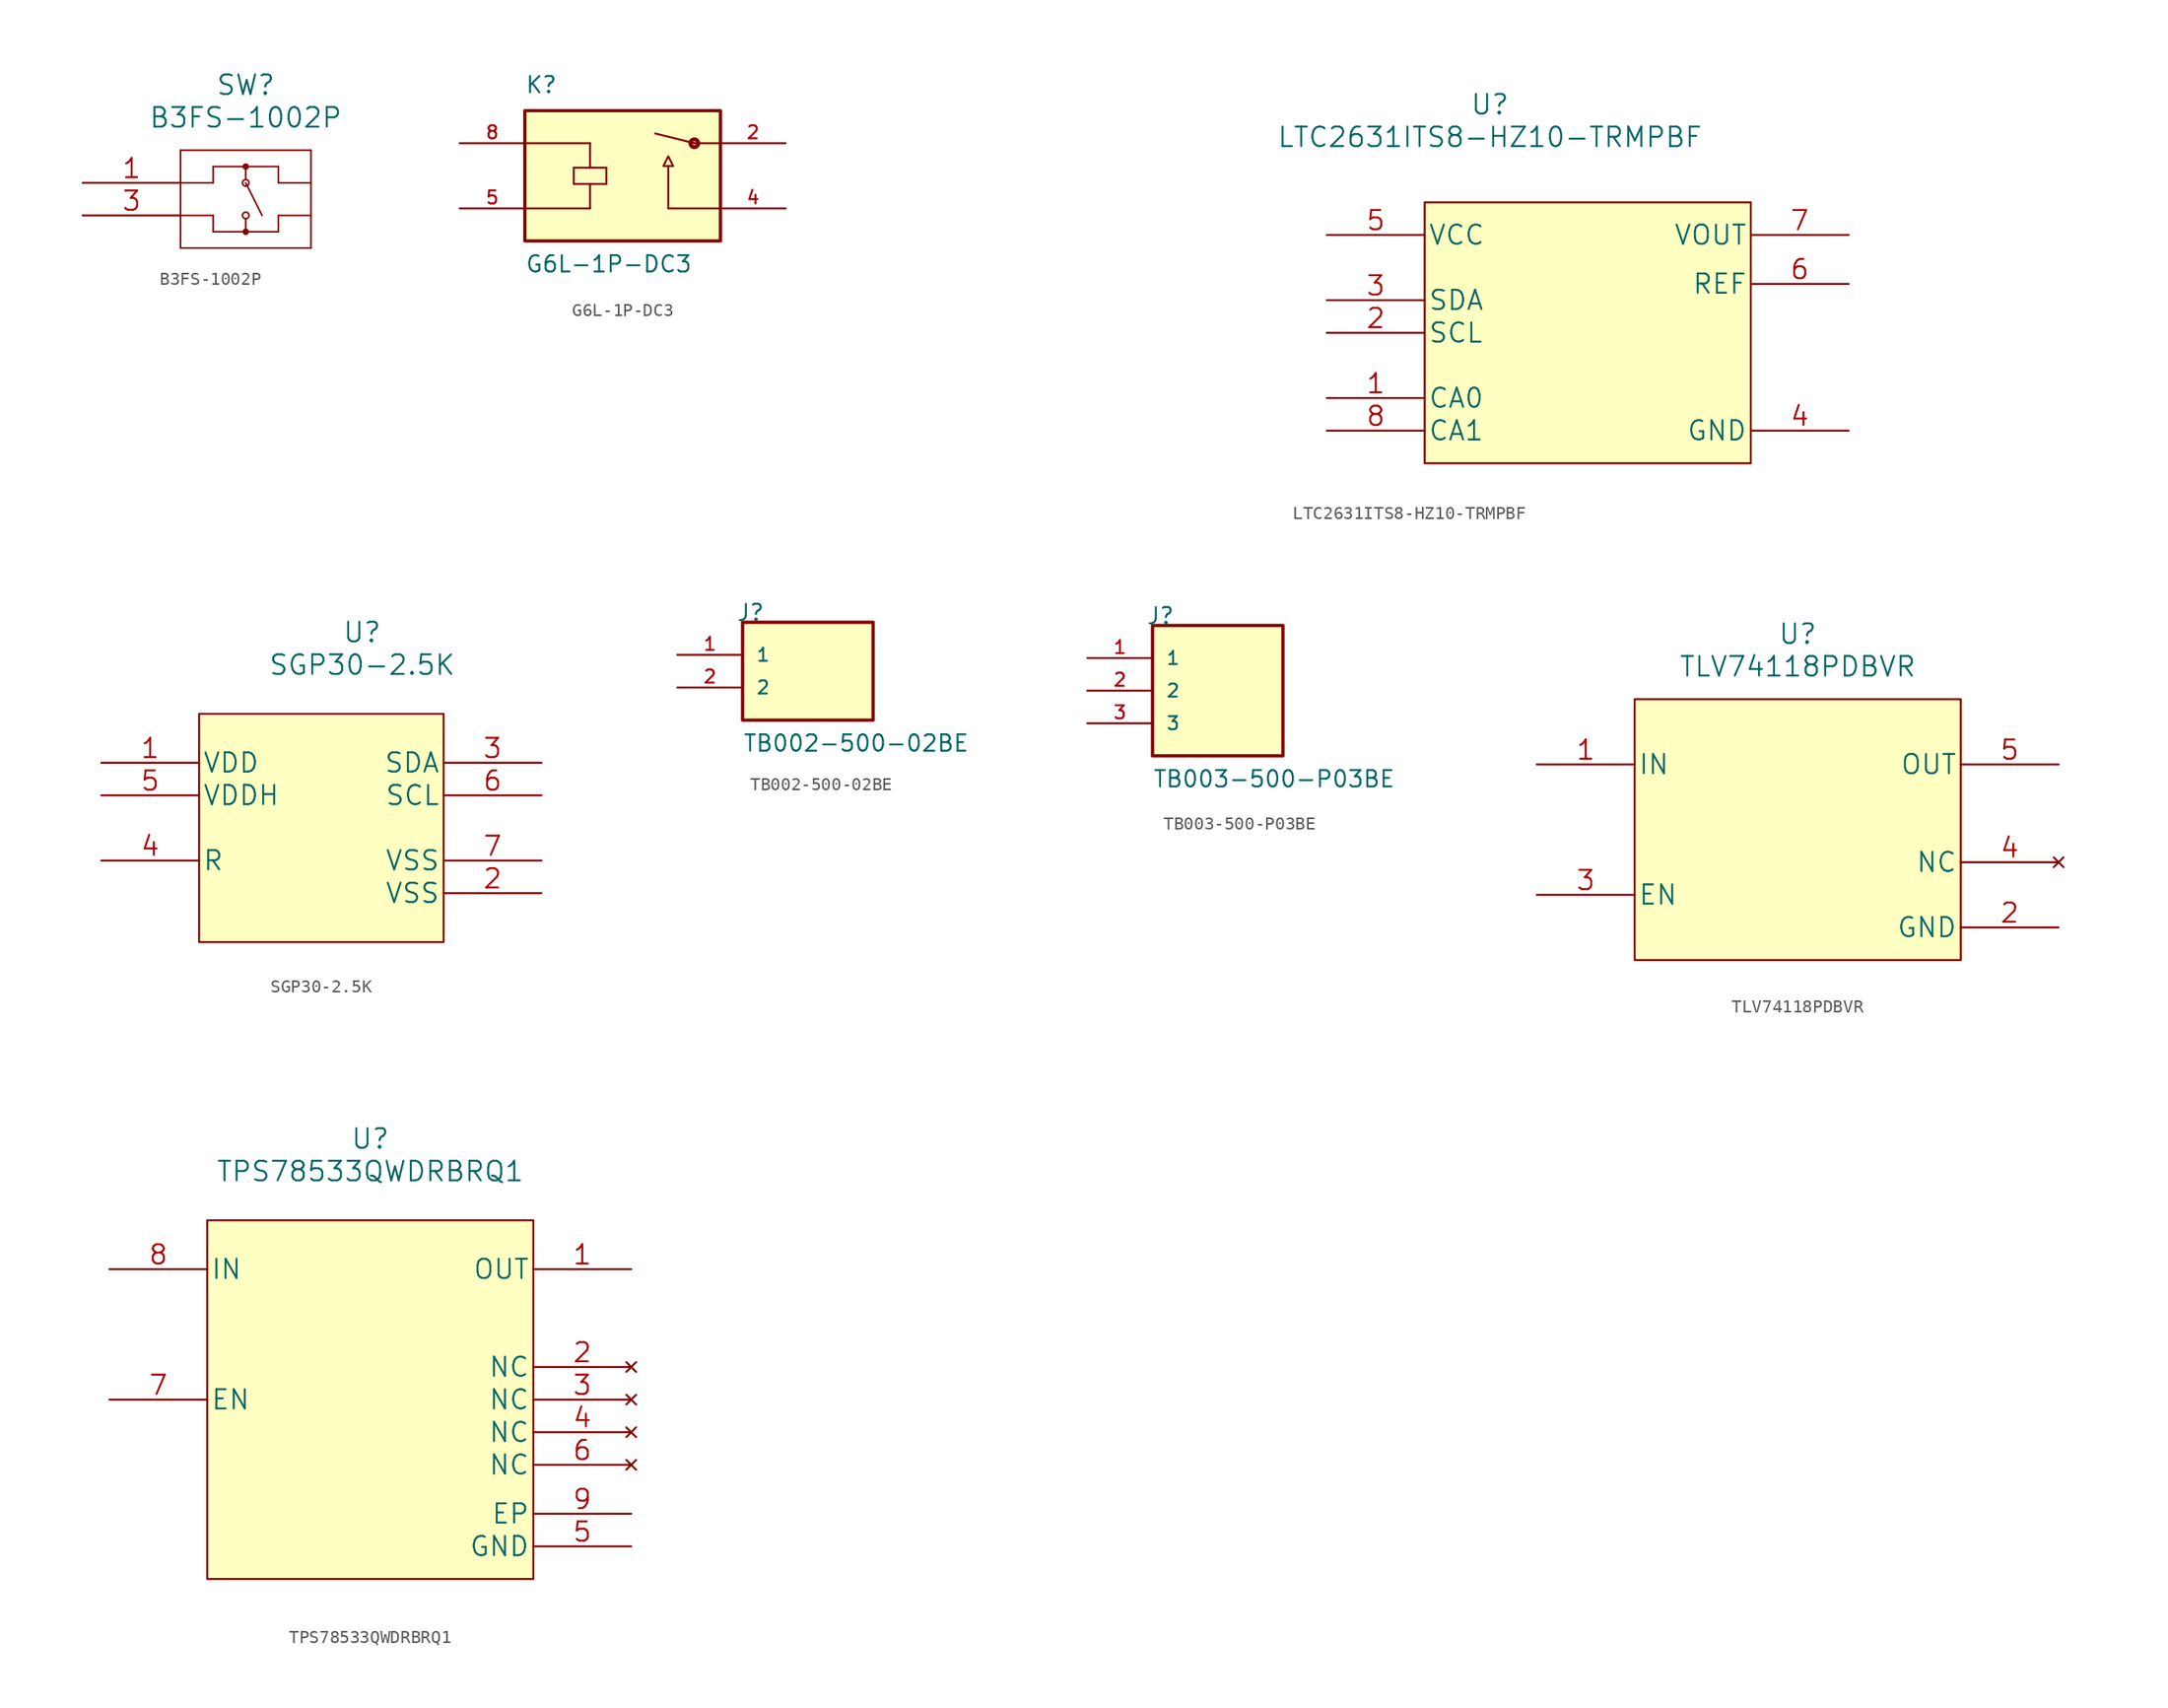
<source format=kicad_sym>
(kicad_symbol_lib
  (version 20211014)
  (generator kicad_symbol_editor)
  (symbol "B3FS-1002P"
    (pin_names
      (offset 0.254) hide)
    (property "Reference" "SW"
      (at 12.7 7.62 0)
      (effects (font (size 1.524 1.524))))
    (property "Value" "B3FS-1002P"
      (at 12.7 5.08 0)
      (effects (font (size 1.524 1.524))))
    (property "Datasheet" ""
      (at 0 0 0)
      (effects (font (size 1.524 1.524))))
    (symbol "B3FS-1002P_1_1"
      (polyline (pts (xy 7.62 -5.08) (xy 17.78 -5.08)) (stroke (width 0.127) (type default) (color 0 0 0 0)) (fill (type none)))
      (polyline (pts (xy 7.62 0) (xy 10.16 0)) (stroke (width 0.127) (type default) (color 0 0 0 0)) (fill (type none)))
      (polyline (pts (xy 7.62 2.54) (xy 7.62 -5.08)) (stroke (width 0.127) (type default) (color 0 0 0 0)) (fill (type none)))
      (polyline (pts (xy 10.16 -3.81) (xy 10.16 -2.54)) (stroke (width 0.127) (type default) (color 0 0 0 0)) (fill (type none)))
      (polyline (pts (xy 10.16 -2.54) (xy 7.62 -2.54)) (stroke (width 0.127) (type default) (color 0 0 0 0)) (fill (type none)))
      (polyline (pts (xy 10.16 0) (xy 10.16 1.27)) (stroke (width 0.127) (type default) (color 0 0 0 0)) (fill (type none)))
      (polyline (pts (xy 10.16 1.27) (xy 15.24 1.27)) (stroke (width 0.127) (type default) (color 0 0 0 0)) (fill (type none)))
      (polyline (pts (xy 12.7 -2.794) (xy 12.7 -3.81)) (stroke (width 0.127) (type default) (color 0 0 0 0)) (fill (type none)))
      (polyline (pts (xy 12.7 1.27) (xy 12.7 0.254)) (stroke (width 0.127) (type default) (color 0 0 0 0)) (fill (type none)))
      (polyline (pts (xy 13.97 -2.54) (xy 12.7 0)) (stroke (width 0.127) (type default) (color 0 0 0 0)) (fill (type none)))
      (polyline (pts (xy 15.24 -3.81) (xy 10.16 -3.81)) (stroke (width 0.127) (type default) (color 0 0 0 0)) (fill (type none)))
      (polyline (pts (xy 15.24 -2.54) (xy 15.24 -3.81)) (stroke (width 0.127) (type default) (color 0 0 0 0)) (fill (type none)))
      (polyline (pts (xy 15.24 0) (xy 17.78 0)) (stroke (width 0.127) (type default) (color 0 0 0 0)) (fill (type none)))
      (polyline (pts (xy 15.24 1.27) (xy 15.24 0)) (stroke (width 0.127) (type default) (color 0 0 0 0)) (fill (type none)))
      (polyline (pts (xy 17.78 -5.08) (xy 17.78 2.54)) (stroke (width 0.127) (type default) (color 0 0 0 0)) (fill (type none)))
      (polyline (pts (xy 17.78 -2.54) (xy 15.24 -2.54)) (stroke (width 0.127) (type default) (color 0 0 0 0)) (fill (type none)))
      (polyline (pts (xy 17.78 2.54) (xy 7.62 2.54)) (stroke (width 0.127) (type default) (color 0 0 0 0)) (fill (type none)))
      (arc (start 12.7 -3.937) (mid 12.7 -3.683) (end 12.7 -3.937) (stroke (width 0.254) (type default) (color 0 0 0 0)) (fill (type none)))
      (circle (center 12.7 -3.81) (radius 0.127) (stroke (width 0.254) (type default) (color 0 0 0 0)) (fill (type none)))
      (arc (start 12.7 -2.794) (mid 12.7 -2.286) (end 12.7 -2.794) (stroke (width 0.127) (type default) (color 0 0 0 0)) (fill (type none)))
      (circle (center 12.7 -2.54) (radius 0.254) (stroke (width 0.127) (type default) (color 0 0 0 0)) (fill (type none)))
      (arc (start 12.7 -0.254) (mid 12.7 0.254) (end 12.7 -0.254) (stroke (width 0.127) (type default) (color 0 0 0 0)) (fill (type none)))
      (circle (center 12.7 0) (radius 0.254) (stroke (width 0.127) (type default) (color 0 0 0 0)) (fill (type none)))
      (arc (start 12.7 1.143) (mid 12.7 1.397) (end 12.7 1.143) (stroke (width 0.254) (type default) (color 0 0 0 0)) (fill (type none)))
      (circle (center 12.7 1.27) (radius 0.127) (stroke (width 0.254) (type default) (color 0 0 0 0)) (fill (type none)))
      (pin passive line (at 0 0 0) (length 7.62) (name "1" (effects (font (size 1.499 1.499)))) (number "1" (effects (font (size 1.499 1.499)))))
      (pin passive line (at 0 0 0) (length 7.62) hide (name "2" (effects (font (size 1.499 1.499)))) (number "2" (effects (font (size 1.499 1.499)))))
      (pin passive line (at 0 -2.54 0) (length 7.62) (name "3" (effects (font (size 1.499 1.499)))) (number "3" (effects (font (size 1.499 1.499)))))
      (pin passive line (at 0 -2.54 0) (length 7.62) hide (name "4" (effects (font (size 1.499 1.499)))) (number "4" (effects (font (size 1.499 1.499)))))))
  (symbol "G6L-1P-DC3"
    (pin_names
      (offset 1.016) hide)
    (property "Reference" "K"
      (at -7.62 6.35 0)
      (effects (font (size 1.27 1.27)) (justify left bottom)))
    (property "Value" "G6L-1P-DC3"
      (at -7.62 -7.62 0)
      (effects (font (size 1.27 1.27)) (justify left bottom)))
    (symbol "G6L-1P-DC3_0_0"
      (rectangle (start -7.62 -5.08) (end 7.62 5.08) (stroke (width 0.254) (type default) (color 0 0 0 0)) (fill (type background)))
      (polyline (pts (xy -7.62 -2.54) (xy -2.54 -2.54)) (stroke (width 0.152) (type default) (color 0 0 0 0)) (fill (type none)))
      (polyline (pts (xy -7.62 2.54) (xy -2.54 2.54)) (stroke (width 0.152) (type default) (color 0 0 0 0)) (fill (type none)))
      (polyline (pts (xy -3.81 -0.635) (xy -3.81 0.635)) (stroke (width 0.152) (type default) (color 0 0 0 0)) (fill (type none)))
      (polyline (pts (xy -3.81 0.635) (xy -2.54 0.635)) (stroke (width 0.152) (type default) (color 0 0 0 0)) (fill (type none)))
      (polyline (pts (xy -2.54 -0.635) (xy -3.81 -0.635)) (stroke (width 0.152) (type default) (color 0 0 0 0)) (fill (type none)))
      (polyline (pts (xy -2.54 -0.635) (xy -2.54 -2.54)) (stroke (width 0.152) (type default) (color 0 0 0 0)) (fill (type none)))
      (polyline (pts (xy -2.54 0.635) (xy -1.27 0.635)) (stroke (width 0.152) (type default) (color 0 0 0 0)) (fill (type none)))
      (polyline (pts (xy -2.54 2.54) (xy -2.54 0.635)) (stroke (width 0.152) (type default) (color 0 0 0 0)) (fill (type none)))
      (polyline (pts (xy -1.27 -0.635) (xy -2.54 -0.635)) (stroke (width 0.152) (type default) (color 0 0 0 0)) (fill (type none)))
      (polyline (pts (xy -1.27 0.635) (xy -1.27 -0.635)) (stroke (width 0.152) (type default) (color 0 0 0 0)) (fill (type none)))
      (polyline (pts (xy 3.556 -2.54) (xy 3.556 0.762)) (stroke (width 0.152) (type default) (color 0 0 0 0)) (fill (type none)))
      (polyline (pts (xy 5.588 2.54) (xy 2.54 3.302)) (stroke (width 0.152) (type default) (color 0 0 0 0)) (fill (type none)))
      (polyline (pts (xy 7.62 -2.54) (xy 3.556 -2.54)) (stroke (width 0.152) (type default) (color 0 0 0 0)) (fill (type none)))
      (polyline (pts (xy 7.62 2.54) (xy 5.588 2.54)) (stroke (width 0.152) (type default) (color 0 0 0 0)) (fill (type none)))
      (polyline (pts (xy 3.175 0.762) (xy 3.937 0.762) (xy 3.556 1.524) (xy 3.175 0.762)) (stroke (width 0.152) (type default) (color 0 0 0 0)) (fill (type background)))
      (circle (center 5.588 2.54) (radius 0.152) (stroke (width 0.305) (type default) (color 0 0 0 0)) (fill (type none)))
      (pin passive line (at 12.7 2.54 180) (length 5.08) (name "~" (effects (font (size 1.016 1.016)))) (number "2" (effects (font (size 1.016 1.016)))))
      (pin passive line (at 12.7 -2.54 180) (length 5.08) (name "~" (effects (font (size 1.016 1.016)))) (number "4" (effects (font (size 1.016 1.016)))))
      (pin passive line (at -12.7 -2.54 0) (length 5.08) (name "~" (effects (font (size 1.016 1.016)))) (number "5" (effects (font (size 1.016 1.016)))))
      (pin passive line (at -12.7 2.54 0) (length 5.08) (name "~" (effects (font (size 1.016 1.016)))) (number "8" (effects (font (size 1.016 1.016)))))))
  (symbol "LTC2631ITS8-HZ10-TRMPBF"
    (pin_names
      (offset 0.254))
    (property "Reference" "U"
      (at 27.94 10.16 0)
      (effects (font (size 1.524 1.524))))
    (property "Value" "LTC2631ITS8-HZ10-TRMPBF"
      (at 27.94 7.62 0)
      (effects (font (size 1.524 1.524))))
    (property "Datasheet" ""
      (at -12.7 0 0)
      (effects (font (size 1.524 1.524))))
    (symbol "LTC2631ITS8-HZ10-TRMPBF_1_1"
      (rectangle (start 48.26 2.54) (end 22.86 -17.78) (stroke (width 0) (type default) (color 0 0 0 0)) (fill (type background)))
      (pin input line (at 15.24 -12.7 0) (length 7.62) (name "CA0" (effects (font (size 1.499 1.499)))) (number "1" (effects (font (size 1.499 1.499)))))
      (pin input line (at 15.24 -7.62 0) (length 7.62) (name "SCL" (effects (font (size 1.499 1.499)))) (number "2" (effects (font (size 1.499 1.499)))))
      (pin bidirectional line (at 15.24 -5.08 0) (length 7.62) (name "SDA" (effects (font (size 1.499 1.499)))) (number "3" (effects (font (size 1.499 1.499)))))
      (pin power_in line (at 55.88 -15.24 180) (length 7.62) (name "GND" (effects (font (size 1.499 1.499)))) (number "4" (effects (font (size 1.499 1.499)))))
      (pin power_in line (at 15.24 0 0) (length 7.62) (name "VCC" (effects (font (size 1.499 1.499)))) (number "5" (effects (font (size 1.499 1.499)))))
      (pin power_in line (at 55.88 -3.81 180) (length 7.62) (name "REF" (effects (font (size 1.499 1.499)))) (number "6" (effects (font (size 1.499 1.499)))))
      (pin output line (at 55.88 0 180) (length 7.62) (name "VOUT" (effects (font (size 1.499 1.499)))) (number "7" (effects (font (size 1.499 1.499)))))
      (pin input line (at 15.24 -15.24 0) (length 7.62) (name "CA1" (effects (font (size 1.499 1.499)))) (number "8" (effects (font (size 1.499 1.499)))))))
  (symbol "SGP30-2.5K"
    (pin_names
      (offset 0.254))
    (property "Reference" "U"
      (at 20.32 10.16 0)
      (effects (font (size 1.524 1.524))))
    (property "Value" "SGP30-2.5K"
      (at 20.32 7.62 0)
      (effects (font (size 1.524 1.524))))
    (property "Datasheet" ""
      (at 0 0 0)
      (effects (font (size 1.524 1.524))))
    (symbol "SGP30-2.5K_1_1"
      (rectangle (start 26.67 3.81) (end 7.62 -13.97) (stroke (width 0) (type default) (color 0 0 0 0)) (fill (type background)))
      (pin power_in line (at 0 0 0) (length 7.62) (name "VDD" (effects (font (size 1.499 1.499)))) (number "1" (effects (font (size 1.499 1.499)))))
      (pin power_in line (at 34.29 -10.16 180) (length 7.62) (name "VSS" (effects (font (size 1.499 1.499)))) (number "2" (effects (font (size 1.499 1.499)))))
      (pin bidirectional line (at 34.29 0 180) (length 7.62) (name "SDA" (effects (font (size 1.499 1.499)))) (number "3" (effects (font (size 1.499 1.499)))))
      (pin power_in line (at 0 -7.62 0) (length 7.62) (name "R" (effects (font (size 1.499 1.499)))) (number "4" (effects (font (size 1.499 1.499)))))
      (pin power_in line (at 0 -2.54 0) (length 7.62) (name "VDDH" (effects (font (size 1.499 1.499)))) (number "5" (effects (font (size 1.499 1.499)))))
      (pin bidirectional line (at 34.29 -2.54 180) (length 7.62) (name "SCL" (effects (font (size 1.499 1.499)))) (number "6" (effects (font (size 1.499 1.499)))))
      (pin power_in line (at 34.29 -7.62 180) (length 7.62) (name "VSS" (effects (font (size 1.499 1.499)))) (number "7" (effects (font (size 1.499 1.499)))))))
  (symbol "TB002-500-02BE"
    (pin_names
      (offset 1.016))
    (property "Reference" "J"
      (at -5.588 5.08 0)
      (effects (font (size 1.27 1.27)) (justify left bottom)))
    (property "Value" "TB002-500-02BE"
      (at -5.08 -5.08 0)
      (effects (font (size 1.27 1.27)) (justify left bottom)))
    (symbol "TB002-500-02BE_0_0"
      (rectangle (start -5.08 -2.54) (end 5.08 5.08) (stroke (width 0.254) (type default) (color 0 0 0 0)) (fill (type background)))
      (pin passive line (at -10.16 2.54 0) (length 5.08) (name "1" (effects (font (size 1.016 1.016)))) (number "1" (effects (font (size 1.016 1.016)))))
      (pin passive line (at -10.16 0 0) (length 5.08) (name "2" (effects (font (size 1.016 1.016)))) (number "2" (effects (font (size 1.016 1.016)))))))
  (symbol "TB003-500-P03BE"
    (pin_names
      (offset 1.016))
    (property "Reference" "J"
      (at -5.588 5.08 0)
      (effects (font (size 1.27 1.27)) (justify left bottom)))
    (property "Value" "TB003-500-P03BE"
      (at -5.08 -7.62 0)
      (effects (font (size 1.27 1.27)) (justify left bottom)))
    (symbol "TB003-500-P03BE_0_0"
      (rectangle (start -5.08 -5.08) (end 5.08 5.08) (stroke (width 0.254) (type default) (color 0 0 0 0)) (fill (type background)))
      (pin passive line (at -10.16 2.54 0) (length 5.08) (name "1" (effects (font (size 1.016 1.016)))) (number "1" (effects (font (size 1.016 1.016)))))
      (pin passive line (at -10.16 0 0) (length 5.08) (name "2" (effects (font (size 1.016 1.016)))) (number "2" (effects (font (size 1.016 1.016)))))
      (pin passive line (at -10.16 -2.54 0) (length 5.08) (name "3" (effects (font (size 1.016 1.016)))) (number "3" (effects (font (size 1.016 1.016)))))))
  (symbol "TLV74118PDBVR"
    (pin_names
      (offset 0.254))
    (property "Reference" "U"
      (at 20.32 10.16 0)
      (effects (font (size 1.524 1.524))))
    (property "Value" "TLV74118PDBVR"
      (at 20.32 7.62 0)
      (effects (font (size 1.524 1.524))))
    (property "Datasheet" ""
      (at 0 0 0)
      (effects (font (size 1.524 1.524))))
    (symbol "TLV74118PDBVR_1_1"
      (rectangle (start 7.62 5.08) (end 33.02 -15.24) (stroke (width 0) (type default) (color 0 0 0 0)) (fill (type background)))
      (pin power_in line (at 0 0 0) (length 7.62) (name "IN" (effects (font (size 1.499 1.499)))) (number "1" (effects (font (size 1.499 1.499)))))
      (pin power_in line (at 40.64 -12.7 180) (length 7.62) (name "GND" (effects (font (size 1.499 1.499)))) (number "2" (effects (font (size 1.499 1.499)))))
      (pin input line (at 0 -10.16 0) (length 7.62) (name "EN" (effects (font (size 1.499 1.499)))) (number "3" (effects (font (size 1.499 1.499)))))
      (pin no_connect line (at 40.64 -7.62 180) (length 7.62) (name "NC" (effects (font (size 1.499 1.499)))) (number "4" (effects (font (size 1.499 1.499)))))
      (pin power_out line (at 40.64 0 180) (length 7.62) (name "OUT" (effects (font (size 1.499 1.499)))) (number "5" (effects (font (size 1.499 1.499)))))))
  (symbol "TPS78533QWDRBRQ1"
    (pin_names
      (offset 0.254))
    (property "Reference" "U"
      (at 20.32 10.16 0)
      (effects (font (size 1.524 1.524))))
    (property "Value" "TPS78533QWDRBRQ1"
      (at 20.32 7.62 0)
      (effects (font (size 1.524 1.524))))
    (property "Datasheet" ""
      (at 0 0 0)
      (effects (font (size 1.524 1.524))))
    (symbol "TPS78533QWDRBRQ1_1_1"
      (rectangle (start 7.62 3.81) (end 33.02 -24.13) (stroke (width 0) (type default) (color 0 0 0 0)) (fill (type background)))
      (pin power_out line (at 40.64 0 180) (length 7.62) (name "OUT" (effects (font (size 1.499 1.499)))) (number "1" (effects (font (size 1.499 1.499)))))
      (pin no_connect line (at 40.64 -7.62 180) (length 7.62) (name "NC" (effects (font (size 1.499 1.499)))) (number "2" (effects (font (size 1.499 1.499)))))
      (pin no_connect line (at 40.64 -10.16 180) (length 7.62) (name "NC" (effects (font (size 1.499 1.499)))) (number "3" (effects (font (size 1.499 1.499)))))
      (pin no_connect line (at 40.64 -12.7 180) (length 7.62) (name "NC" (effects (font (size 1.499 1.499)))) (number "4" (effects (font (size 1.499 1.499)))))
      (pin power_in line (at 40.64 -21.59 180) (length 7.62) (name "GND" (effects (font (size 1.499 1.499)))) (number "5" (effects (font (size 1.499 1.499)))))
      (pin no_connect line (at 40.64 -15.24 180) (length 7.62) (name "NC" (effects (font (size 1.499 1.499)))) (number "6" (effects (font (size 1.499 1.499)))))
      (pin input line (at 0 -10.16 0) (length 7.62) (name "EN" (effects (font (size 1.499 1.499)))) (number "7" (effects (font (size 1.499 1.499)))))
      (pin input line (at 0 0 0) (length 7.62) (name "IN" (effects (font (size 1.499 1.499)))) (number "8" (effects (font (size 1.499 1.499)))))
      (pin power_in line (at 40.64 -19.05 180) (length 7.62) (name "EP" (effects (font (size 1.499 1.499)))) (number "9" (effects (font (size 1.499 1.499))))))))
</source>
